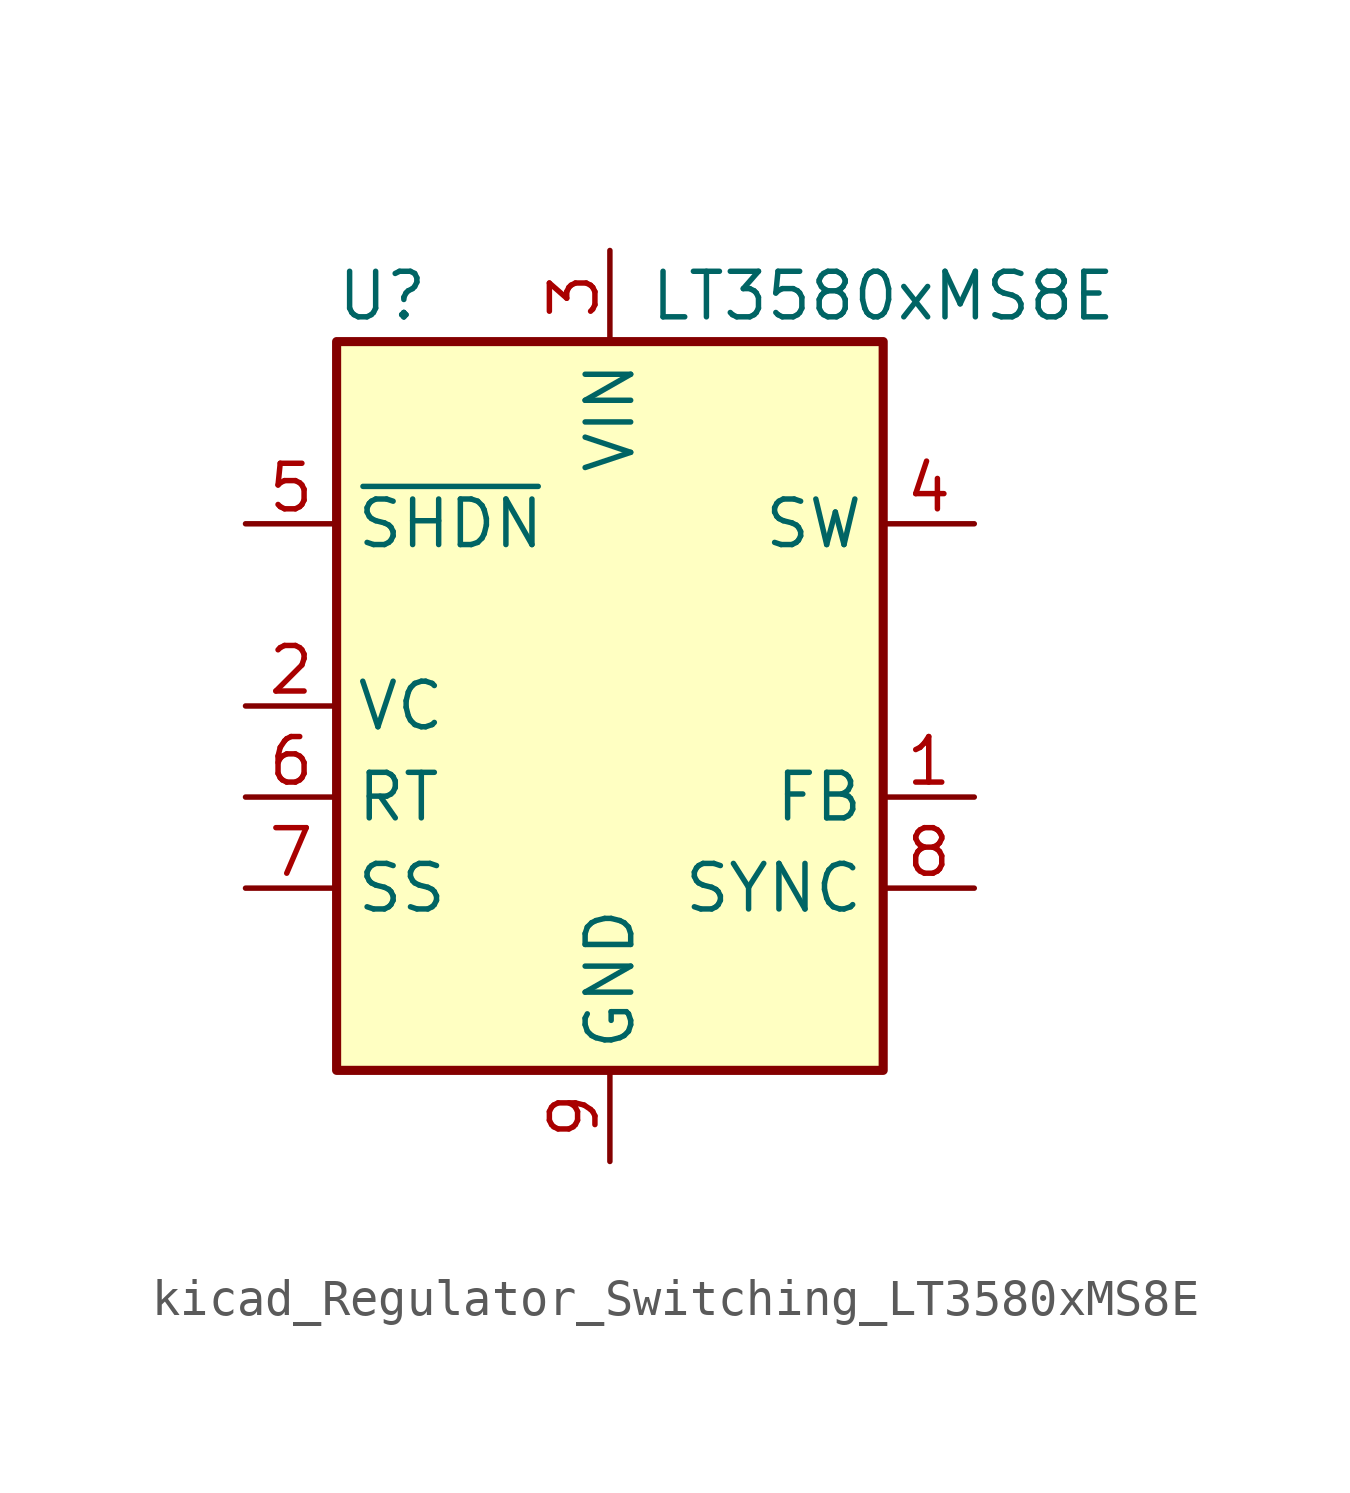
<source format=kicad_sym>
(kicad_symbol_lib
  (version 20220914)
  (generator kicad_symbol_editor)
  (symbol "kicad_Regulator_Switching_LT3580xMS8E"
    (property "Reference" "U"
      (at -6.35 11.43 0)
      (effects (font (size 1.27 1.27))))
    (property "Value" "LT3580xMS8E"
      (at 7.62 11.43 0)
      (effects (font (size 1.27 1.27))))
    (symbol "kicad_Regulator_Switching_LT3580xMS8E_0_1"
      (rectangle (start -7.62 10.16) (end 7.62 -10.16) (stroke (width 0.254) (type default)) (fill (type background))))
    (symbol "kicad_Regulator_Switching_LT3580xMS8E_1_1"
      (pin input line (at 10.16 -2.54 180) (length 2.54) (name "FB" (effects (font (size 1.27 1.27)))) (number "1" (effects (font (size 1.27 1.27)))))
      (pin passive line (at -10.16 0 0) (length 2.54) (name "VC" (effects (font (size 1.27 1.27)))) (number "2" (effects (font (size 1.27 1.27)))))
      (pin power_in line (at 0 12.7 270) (length 2.54) (name "VIN" (effects (font (size 1.27 1.27)))) (number "3" (effects (font (size 1.27 1.27)))))
      (pin open_collector line (at 10.16 5.08 180) (length 2.54) (name "SW" (effects (font (size 1.27 1.27)))) (number "4" (effects (font (size 1.27 1.27)))))
      (pin input line (at -10.16 5.08 0) (length 2.54) (name "~{SHDN}" (effects (font (size 1.27 1.27)))) (number "5" (effects (font (size 1.27 1.27)))))
      (pin passive line (at -10.16 -2.54 0) (length 2.54) (name "RT" (effects (font (size 1.27 1.27)))) (number "6" (effects (font (size 1.27 1.27)))))
      (pin passive line (at -10.16 -5.08 0) (length 2.54) (name "SS" (effects (font (size 1.27 1.27)))) (number "7" (effects (font (size 1.27 1.27)))))
      (pin input line (at 10.16 -5.08 180) (length 2.54) (name "SYNC" (effects (font (size 1.27 1.27)))) (number "8" (effects (font (size 1.27 1.27)))))
      (pin power_in line (at 0 -12.7 90) (length 2.54) (name "GND" (effects (font (size 1.27 1.27)))) (number "9" (effects (font (size 1.27 1.27))))))))
</source>
